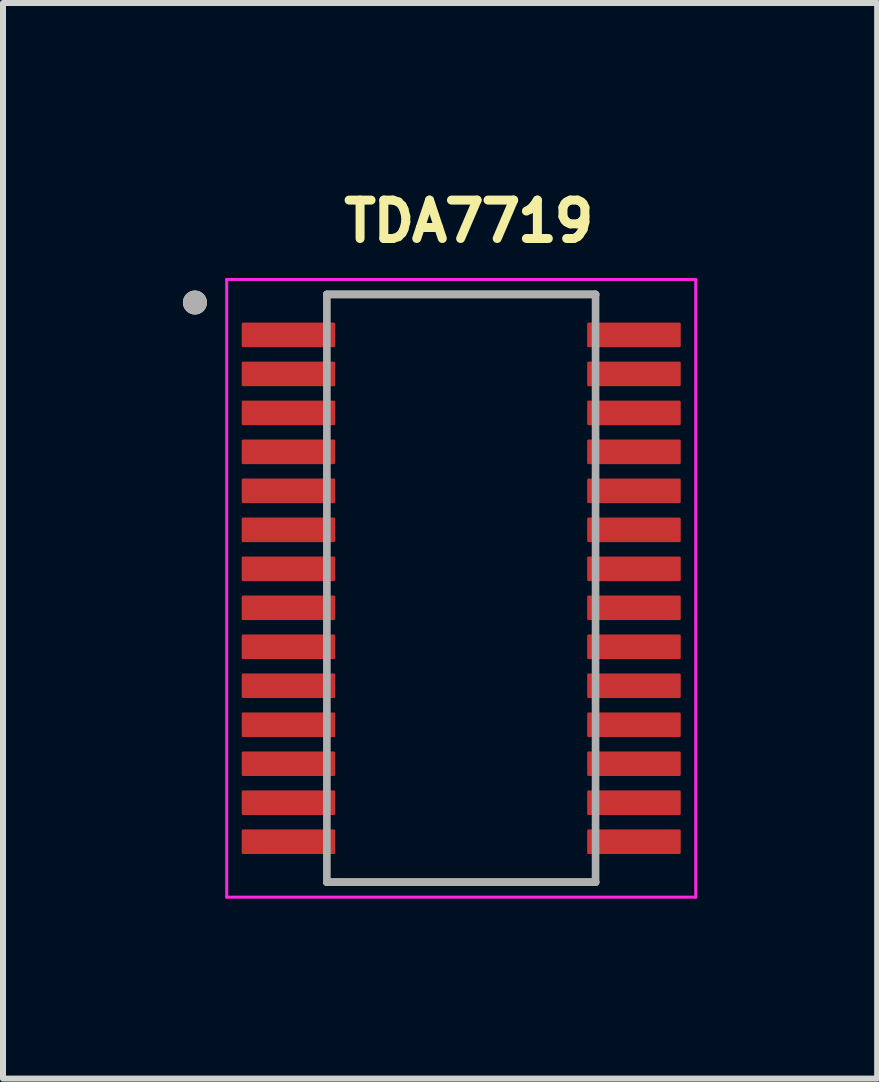
<source format=kicad_pcb>
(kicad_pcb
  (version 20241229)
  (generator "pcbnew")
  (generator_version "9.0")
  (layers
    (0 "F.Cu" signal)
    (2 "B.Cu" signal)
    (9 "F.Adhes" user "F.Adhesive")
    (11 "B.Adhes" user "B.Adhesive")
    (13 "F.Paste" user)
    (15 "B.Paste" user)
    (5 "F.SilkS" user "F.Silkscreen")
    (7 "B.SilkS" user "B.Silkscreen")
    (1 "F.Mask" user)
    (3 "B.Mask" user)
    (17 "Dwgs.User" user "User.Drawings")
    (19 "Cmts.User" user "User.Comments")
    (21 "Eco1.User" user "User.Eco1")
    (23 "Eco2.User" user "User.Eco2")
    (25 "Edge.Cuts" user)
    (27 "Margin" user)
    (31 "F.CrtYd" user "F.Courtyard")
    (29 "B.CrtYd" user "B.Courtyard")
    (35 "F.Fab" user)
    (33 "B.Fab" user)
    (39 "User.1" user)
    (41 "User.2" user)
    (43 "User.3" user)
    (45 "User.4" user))
  (footprint "TDA7719"
    (layer "F.Cu")
    (at 4.64 6.759)
    (property "Reference" "TDA7719" (at 0.127 -6.121 0) (layer "F.SilkS") (effects (font (size 0.64 0.64) (thickness 0.15))))
    (attr through_hole)
    (fp_line (start -2.24 -4.9) (end 2.24 -4.9) (stroke (width 0.127) (type solid)) (layer "F.SilkS"))
    (fp_line (start -2.24 4.9) (end 2.24 4.9) (stroke (width 0.127) (type solid)) (layer "F.SilkS"))
    (fp_circle (center -4.44 -4.765) (end -4.34 -4.765) (stroke (width 0.2) (type solid)) (fill no) (layer "F.SilkS"))
    (fp_line (start -3.91 -5.15) (end -3.91 5.15) (stroke (width 0.05) (type solid)) (layer "F.CrtYd"))
    (fp_line (start -3.91 -5.15) (end 3.91 -5.15) (stroke (width 0.05) (type solid)) (layer "F.CrtYd"))
    (fp_line (start -3.91 5.15) (end 3.91 5.15) (stroke (width 0.05) (type solid)) (layer "F.CrtYd"))
    (fp_line (start 3.91 -5.15) (end 3.91 5.15) (stroke (width 0.05) (type solid)) (layer "F.CrtYd"))
    (fp_line (start -2.24 -4.9) (end -2.24 4.9) (stroke (width 0.127) (type solid)) (layer "F.Fab"))
    (fp_line (start -2.24 -4.9) (end 2.24 -4.9) (stroke (width 0.127) (type solid)) (layer "F.Fab"))
    (fp_line (start -2.24 4.9) (end 2.24 4.9) (stroke (width 0.127) (type solid)) (layer "F.Fab"))
    (fp_line (start 2.24 -4.9) (end 2.24 4.9) (stroke (width 0.127) (type solid)) (layer "F.Fab"))
    (fp_circle (center -4.44 -4.765) (end -4.34 -4.765) (stroke (width 0.2) (type solid)) (fill no) (layer "F.Fab"))
    (pad "1" smd roundrect (at -2.88 -4.225) (size 1.56 0.41) (layers "F.Cu" "F.Mask" "F.Paste") (roundrect_rratio 0.05))
    (pad "2" smd roundrect (at -2.88 -3.575) (size 1.56 0.41) (layers "F.Cu" "F.Mask" "F.Paste") (roundrect_rratio 0.05))
    (pad "3" smd roundrect (at -2.88 -2.925) (size 1.56 0.41) (layers "F.Cu" "F.Mask" "F.Paste") (roundrect_rratio 0.05))
    (pad "4" smd roundrect (at -2.88 -2.275) (size 1.56 0.41) (layers "F.Cu" "F.Mask" "F.Paste") (roundrect_rratio 0.05))
    (pad "5" smd roundrect (at -2.88 -1.625) (size 1.56 0.41) (layers "F.Cu" "F.Mask" "F.Paste") (roundrect_rratio 0.05))
    (pad "6" smd roundrect (at -2.88 -0.975) (size 1.56 0.41) (layers "F.Cu" "F.Mask" "F.Paste") (roundrect_rratio 0.05))
    (pad "7" smd roundrect (at -2.88 -0.325) (size 1.56 0.41) (layers "F.Cu" "F.Mask" "F.Paste") (roundrect_rratio 0.05))
    (pad "8" smd roundrect (at -2.88 0.325) (size 1.56 0.41) (layers "F.Cu" "F.Mask" "F.Paste") (roundrect_rratio 0.05))
    (pad "9" smd roundrect (at -2.88 0.975) (size 1.56 0.41) (layers "F.Cu" "F.Mask" "F.Paste") (roundrect_rratio 0.05))
    (pad "10" smd roundrect (at -2.88 1.625) (size 1.56 0.41) (layers "F.Cu" "F.Mask" "F.Paste") (roundrect_rratio 0.05))
    (pad "11" smd roundrect (at -2.88 2.275) (size 1.56 0.41) (layers "F.Cu" "F.Mask" "F.Paste") (roundrect_rratio 0.05))
    (pad "12" smd roundrect (at -2.88 2.925) (size 1.56 0.41) (layers "F.Cu" "F.Mask" "F.Paste") (roundrect_rratio 0.05))
    (pad "13" smd roundrect (at -2.88 3.575) (size 1.56 0.41) (layers "F.Cu" "F.Mask" "F.Paste") (roundrect_rratio 0.05))
    (pad "14" smd roundrect (at -2.88 4.225) (size 1.56 0.41) (layers "F.Cu" "F.Mask" "F.Paste") (roundrect_rratio 0.05))
    (pad "15" smd roundrect (at 2.88 4.225) (size 1.56 0.41) (layers "F.Cu" "F.Mask" "F.Paste") (roundrect_rratio 0.05))
    (pad "16" smd roundrect (at 2.88 3.575) (size 1.56 0.41) (layers "F.Cu" "F.Mask" "F.Paste") (roundrect_rratio 0.05))
    (pad "17" smd roundrect (at 2.88 2.925) (size 1.56 0.41) (layers "F.Cu" "F.Mask" "F.Paste") (roundrect_rratio 0.05))
    (pad "18" smd roundrect (at 2.88 2.275) (size 1.56 0.41) (layers "F.Cu" "F.Mask" "F.Paste") (roundrect_rratio 0.05))
    (pad "19" smd roundrect (at 2.88 1.625) (size 1.56 0.41) (layers "F.Cu" "F.Mask" "F.Paste") (roundrect_rratio 0.05))
    (pad "20" smd roundrect (at 2.88 0.975) (size 1.56 0.41) (layers "F.Cu" "F.Mask" "F.Paste") (roundrect_rratio 0.05))
    (pad "21" smd roundrect (at 2.88 0.325) (size 1.56 0.41) (layers "F.Cu" "F.Mask" "F.Paste") (roundrect_rratio 0.05))
    (pad "22" smd roundrect (at 2.88 -0.325) (size 1.56 0.41) (layers "F.Cu" "F.Mask" "F.Paste") (roundrect_rratio 0.05))
    (pad "23" smd roundrect (at 2.88 -0.975) (size 1.56 0.41) (layers "F.Cu" "F.Mask" "F.Paste") (roundrect_rratio 0.05))
    (pad "24" smd roundrect (at 2.88 -1.625) (size 1.56 0.41) (layers "F.Cu" "F.Mask" "F.Paste") (roundrect_rratio 0.05))
    (pad "25" smd roundrect (at 2.88 -2.275) (size 1.56 0.41) (layers "F.Cu" "F.Mask" "F.Paste") (roundrect_rratio 0.05))
    (pad "26" smd roundrect (at 2.88 -2.925) (size 1.56 0.41) (layers "F.Cu" "F.Mask" "F.Paste") (roundrect_rratio 0.05))
    (pad "27" smd roundrect (at 2.88 -3.575) (size 1.56 0.41) (layers "F.Cu" "F.Mask" "F.Paste") (roundrect_rratio 0.05))
    (pad "28" smd roundrect (at 2.88 -4.225) (size 1.56 0.41) (layers "F.Cu" "F.Mask" "F.Paste") (roundrect_rratio 0.05)))
  (gr_rect
    (start -3 -3)
    (end 11.575 14.934)
    (stroke (width 0.1) (type default))
    (fill no)
    (layer "Edge.Cuts")))
</source>
